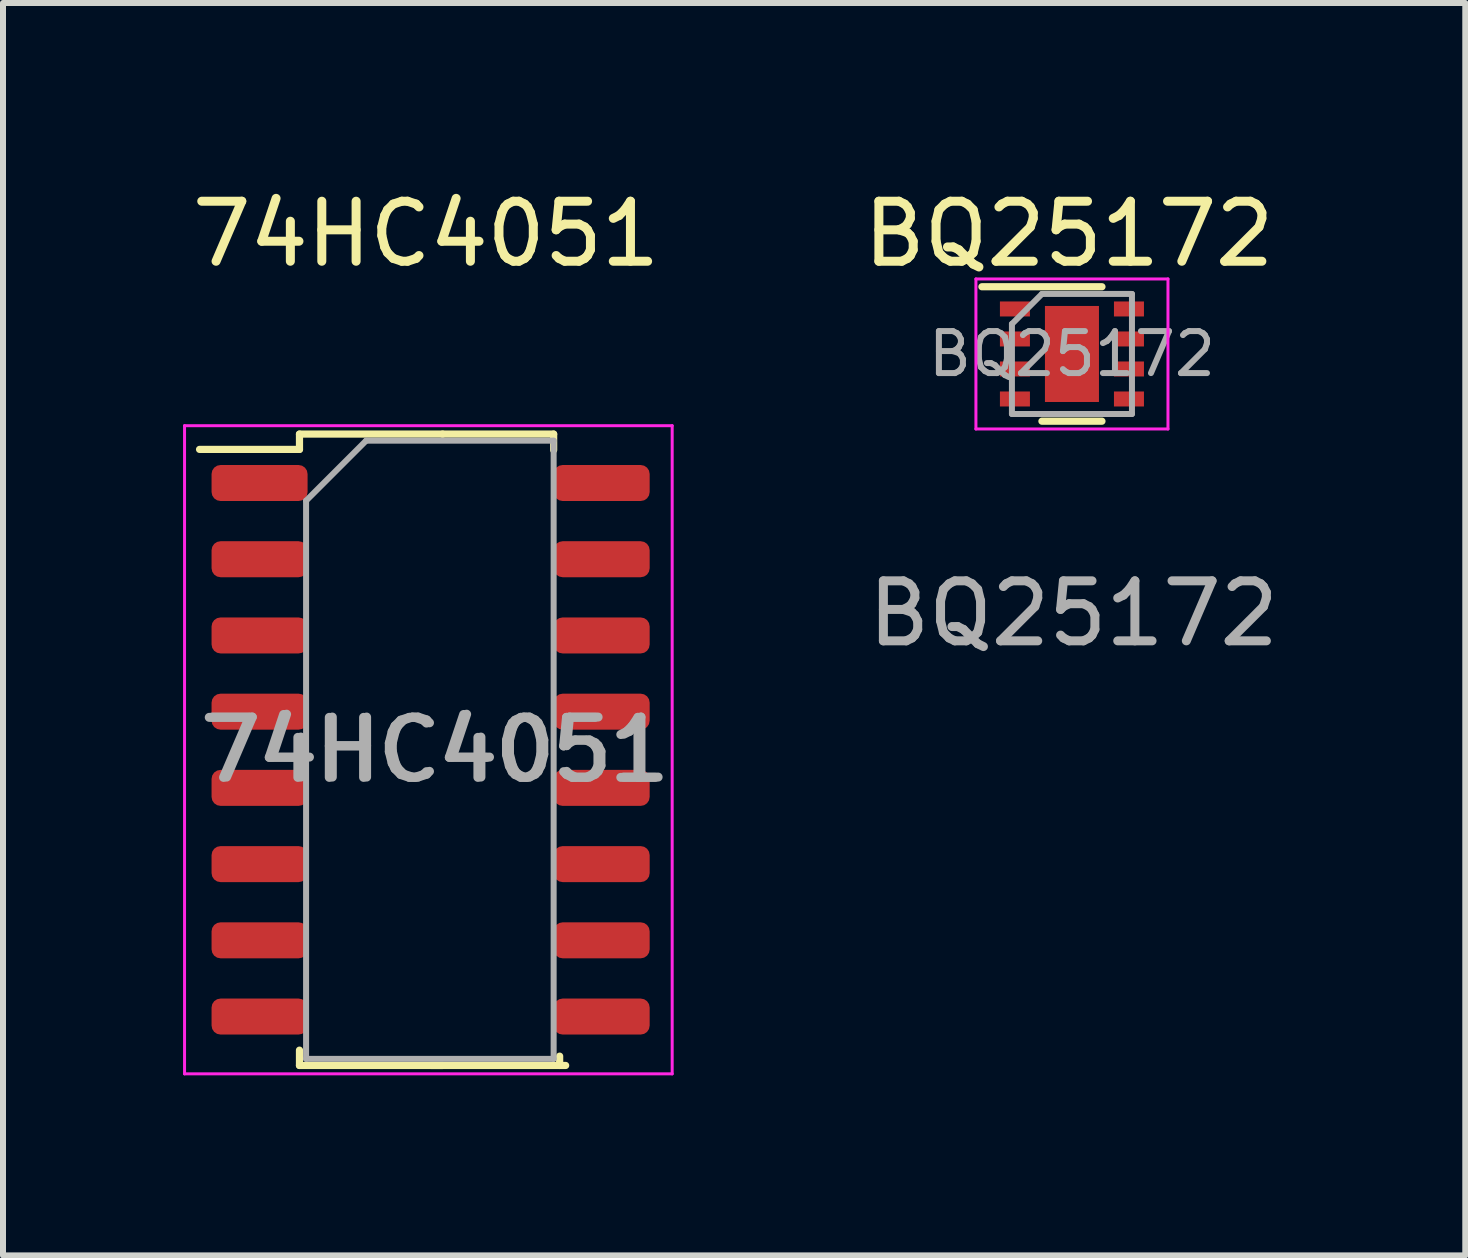
<source format=kicad_pcb>
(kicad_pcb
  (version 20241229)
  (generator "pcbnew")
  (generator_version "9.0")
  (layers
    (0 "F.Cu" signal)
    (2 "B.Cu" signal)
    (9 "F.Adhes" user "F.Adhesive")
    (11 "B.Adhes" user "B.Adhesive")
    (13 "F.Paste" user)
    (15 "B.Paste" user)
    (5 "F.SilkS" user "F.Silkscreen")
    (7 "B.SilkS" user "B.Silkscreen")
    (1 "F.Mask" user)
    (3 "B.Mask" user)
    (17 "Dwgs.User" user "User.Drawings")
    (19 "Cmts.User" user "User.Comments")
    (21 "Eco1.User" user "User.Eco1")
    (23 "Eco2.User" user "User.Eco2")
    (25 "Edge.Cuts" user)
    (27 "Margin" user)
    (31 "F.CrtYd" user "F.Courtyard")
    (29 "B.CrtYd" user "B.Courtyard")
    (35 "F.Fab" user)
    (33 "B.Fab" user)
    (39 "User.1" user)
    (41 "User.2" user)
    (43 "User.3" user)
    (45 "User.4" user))
  (footprint "74HC4051"
    (layer "F.Cu")
    (at 4.05 9.348)
    (property "Reference" "74HC4051" (at 0 -8.5 0) (unlocked yes) (layer "F.SilkS") (effects (font (size 1 1) (thickness 0.15))))
    (attr smd)
    (fp_line (start -2.11 -5.165) (end -2.11 -4.91) (stroke (width 0.12) (type solid)) (layer "F.SilkS"))
    (fp_line (start -2.11 -4.91) (end -3.775 -4.91) (stroke (width 0.12) (type solid)) (layer "F.SilkS"))
    (fp_line (start -2.11 5.355) (end -2.11 5.1) (stroke (width 0.12) (type solid)) (layer "F.SilkS"))
    (fp_line (start 0.075 5.355) (end 2.325 5.355) (stroke (width 0.12) (type solid)) (layer "F.SilkS"))
    (fp_line (start 0.275 -5.165) (end -2.11 -5.165) (stroke (width 0.12) (type solid)) (layer "F.SilkS"))
    (fp_line (start 0.275 -5.165) (end 2.125 -5.165) (stroke (width 0.12) (type solid)) (layer "F.SilkS"))
    (fp_line (start 0.275 5.355) (end -2.11 5.355) (stroke (width 0.12) (type solid)) (layer "F.SilkS"))
    (fp_line (start 2.125 -5.165) (end 2.125 -4.9) (stroke (width 0.12) (type solid)) (layer "F.SilkS"))
    (fp_line (start 2.225 5.355) (end 2.225 5.2) (stroke (width 0.12) (type solid)) (layer "F.SilkS"))
    (fp_line (start -4.025 -5.305) (end -4.025 5.495) (stroke (width 0.05) (type solid)) (layer "F.CrtYd"))
    (fp_line (start -4.025 5.495) (end 4.1 5.495) (stroke (width 0.05) (type solid)) (layer "F.CrtYd"))
    (fp_line (start 4.1 -5.305) (end -4.025 -5.305) (stroke (width 0.05) (type solid)) (layer "F.CrtYd"))
    (fp_line (start 4.1 5.495) (end 4.1 -5.305) (stroke (width 0.05) (type solid)) (layer "F.CrtYd"))
    (fp_line (start -2 -4.055) (end -1 -5.055) (stroke (width 0.1) (type solid)) (layer "F.Fab"))
    (fp_line (start -2 5.245) (end -2 -4.055) (stroke (width 0.1) (type solid)) (layer "F.Fab"))
    (fp_line (start -1 -5.055) (end 2.125 -5.055) (stroke (width 0.1) (type solid)) (layer "F.Fab"))
    (fp_line (start 2.125 -5.055) (end 2.125 5.245) (stroke (width 0.1) (type solid)) (layer "F.Fab"))
    (fp_line (start 2.125 5.245) (end -2 5.245) (stroke (width 0.1) (type solid)) (layer "F.Fab"))
    (fp_text user "${REFERENCE}" (at 0.125 0.1 0) (unlocked yes) (layer "F.Fab") (effects (font (size 1 1) (thickness 0.15))))
    (fp_text user "${REFERENCE}" (at 0.175 0.095 0) (layer "F.Fab") (effects (font (size 1 1) (thickness 0.15))))
    (pad "1" smd roundrect (at -2.775 -4.35) (size 1.6 0.6) (layers "F.Cu" "F.Mask" "F.Paste") (roundrect_rratio 0.25))
    (pad "2" smd roundrect (at -2.775 -3.08) (size 1.6 0.6) (layers "F.Cu" "F.Mask" "F.Paste") (roundrect_rratio 0.25))
    (pad "3" smd roundrect (at -2.775 -1.81) (size 1.6 0.6) (layers "F.Cu" "F.Mask" "F.Paste") (roundrect_rratio 0.25))
    (pad "4" smd roundrect (at -2.775 -0.54) (size 1.6 0.6) (layers "F.Cu" "F.Mask" "F.Paste") (roundrect_rratio 0.25))
    (pad "5" smd roundrect (at -2.775 0.73) (size 1.6 0.6) (layers "F.Cu" "F.Mask" "F.Paste") (roundrect_rratio 0.25))
    (pad "6" smd roundrect (at -2.775 2) (size 1.6 0.6) (layers "F.Cu" "F.Mask" "F.Paste") (roundrect_rratio 0.25))
    (pad "7" smd roundrect (at -2.775 3.27) (size 1.6 0.6) (layers "F.Cu" "F.Mask" "F.Paste") (roundrect_rratio 0.25))
    (pad "8" smd roundrect (at -2.775 4.54) (size 1.6 0.6) (layers "F.Cu" "F.Mask" "F.Paste") (roundrect_rratio 0.25))
    (pad "9" smd roundrect (at 2.925 4.54) (size 1.6 0.6) (layers "F.Cu" "F.Mask" "F.Paste") (roundrect_rratio 0.25))
    (pad "10" smd roundrect (at 2.925 3.27) (size 1.6 0.6) (layers "F.Cu" "F.Mask" "F.Paste") (roundrect_rratio 0.25))
    (pad "11" smd roundrect (at 2.925 2) (size 1.6 0.6) (layers "F.Cu" "F.Mask" "F.Paste") (roundrect_rratio 0.25))
    (pad "12" smd roundrect (at 2.925 0.73) (size 1.6 0.6) (layers "F.Cu" "F.Mask" "F.Paste") (roundrect_rratio 0.25))
    (pad "13" smd roundrect (at 2.925 -0.54) (size 1.6 0.6) (layers "F.Cu" "F.Mask" "F.Paste") (roundrect_rratio 0.25))
    (pad "14" smd roundrect (at 2.925 -1.81) (size 1.6 0.6) (layers "F.Cu" "F.Mask" "F.Paste") (roundrect_rratio 0.25))
    (pad "15" smd roundrect (at 2.925 -3.08) (size 1.6 0.6) (layers "F.Cu" "F.Mask" "F.Paste") (roundrect_rratio 0.25))
    (pad "16" smd roundrect (at 2.925 -4.35) (size 1.6 0.6) (layers "F.Cu" "F.Mask" "F.Paste") (roundrect_rratio 0.25)))
  (footprint "BQ25172"
    (layer "F.Cu")
    (at 14.811 2.823)
    (property "Reference" "BQ25172" (at -0.05 -1.975 0) (unlocked yes) (layer "F.SilkS") (effects (font (size 1 1) (thickness 0.15))))
    (attr smd)
    (fp_line (start -1.5 -1.095) (end 0.5 -1.095) (stroke (width 0.12) (type solid)) (layer "F.SilkS"))
    (fp_line (start 0.5 1.145) (end -0.5 1.145) (stroke (width 0.12) (type solid)) (layer "F.SilkS"))
    (fp_line (start -1.6 -1.225) (end -1.6 1.275) (stroke (width 0.05) (type solid)) (layer "F.CrtYd"))
    (fp_line (start -1.6 -1.225) (end 1.6 -1.225) (stroke (width 0.05) (type solid)) (layer "F.CrtYd"))
    (fp_line (start -1.6 1.275) (end 1.6 1.275) (stroke (width 0.05) (type solid)) (layer "F.CrtYd"))
    (fp_line (start 1.6 -1.225) (end 1.6 1.275) (stroke (width 0.05) (type solid)) (layer "F.CrtYd"))
    (fp_line (start -1 1.025) (end -1 -0.475) (stroke (width 0.1) (type solid)) (layer "F.Fab"))
    (fp_line (start -0.5 -0.975) (end -1 -0.475) (stroke (width 0.1) (type solid)) (layer "F.Fab"))
    (fp_line (start -0.5 -0.975) (end 1 -0.975) (stroke (width 0.1) (type solid)) (layer "F.Fab"))
    (fp_line (start 1 -0.975) (end 1 1.025) (stroke (width 0.1) (type solid)) (layer "F.Fab"))
    (fp_line (start 1 1.025) (end -1 1.025) (stroke (width 0.1) (type solid)) (layer "F.Fab"))
    (fp_text user "${REFERENCE}" (at 0.025 4.35 0) (unlocked yes) (layer "F.Fab") (effects (font (size 1 1) (thickness 0.15))))
    (fp_text user "${REFERENCE}" (at 0 0.025 0) (layer "F.Fab") (effects (font (size 0.7 0.7) (thickness 0.1))))
    (pad "" smd rect (at 0 -0.375) (size 0.75 0.65) (layers "F.Paste"))
    (pad "" smd rect (at 0 0.425) (size 0.75 0.65) (layers "F.Paste"))
    (pad "1" smd rect (at -0.95 -0.725) (size 0.5 0.25) (layers "F.Cu" "F.Mask" "F.Paste"))
    (pad "2" smd rect (at -0.95 -0.225) (size 0.5 0.25) (layers "F.Cu" "F.Mask" "F.Paste"))
    (pad "3" smd rect (at -0.95 0.275) (size 0.5 0.25) (layers "F.Cu" "F.Mask" "F.Paste"))
    (pad "4" smd rect (at -0.95 0.775) (size 0.5 0.25) (layers "F.Cu" "F.Mask" "F.Paste"))
    (pad "5" smd rect (at 0.95 0.775) (size 0.5 0.25) (layers "F.Cu" "F.Mask" "F.Paste"))
    (pad "6" smd rect (at 0.95 0.275) (size 0.5 0.25) (layers "F.Cu" "F.Mask" "F.Paste"))
    (pad "7" smd rect (at 0.95 -0.225) (size 0.5 0.25) (layers "F.Cu" "F.Mask" "F.Paste"))
    (pad "8" smd rect (at 0.95 -0.725) (size 0.5 0.25) (layers "F.Cu" "F.Mask" "F.Paste"))
    (pad "9" smd rect (at 0 0.025) (size 0.9 1.6) (layers "F.Cu" "F.Mask")))
  (gr_rect
    (start -3 -3)
    (end 21.365 17.868)
    (stroke (width 0.1) (type default))
    (fill no)
    (layer "Edge.Cuts")))
</source>
